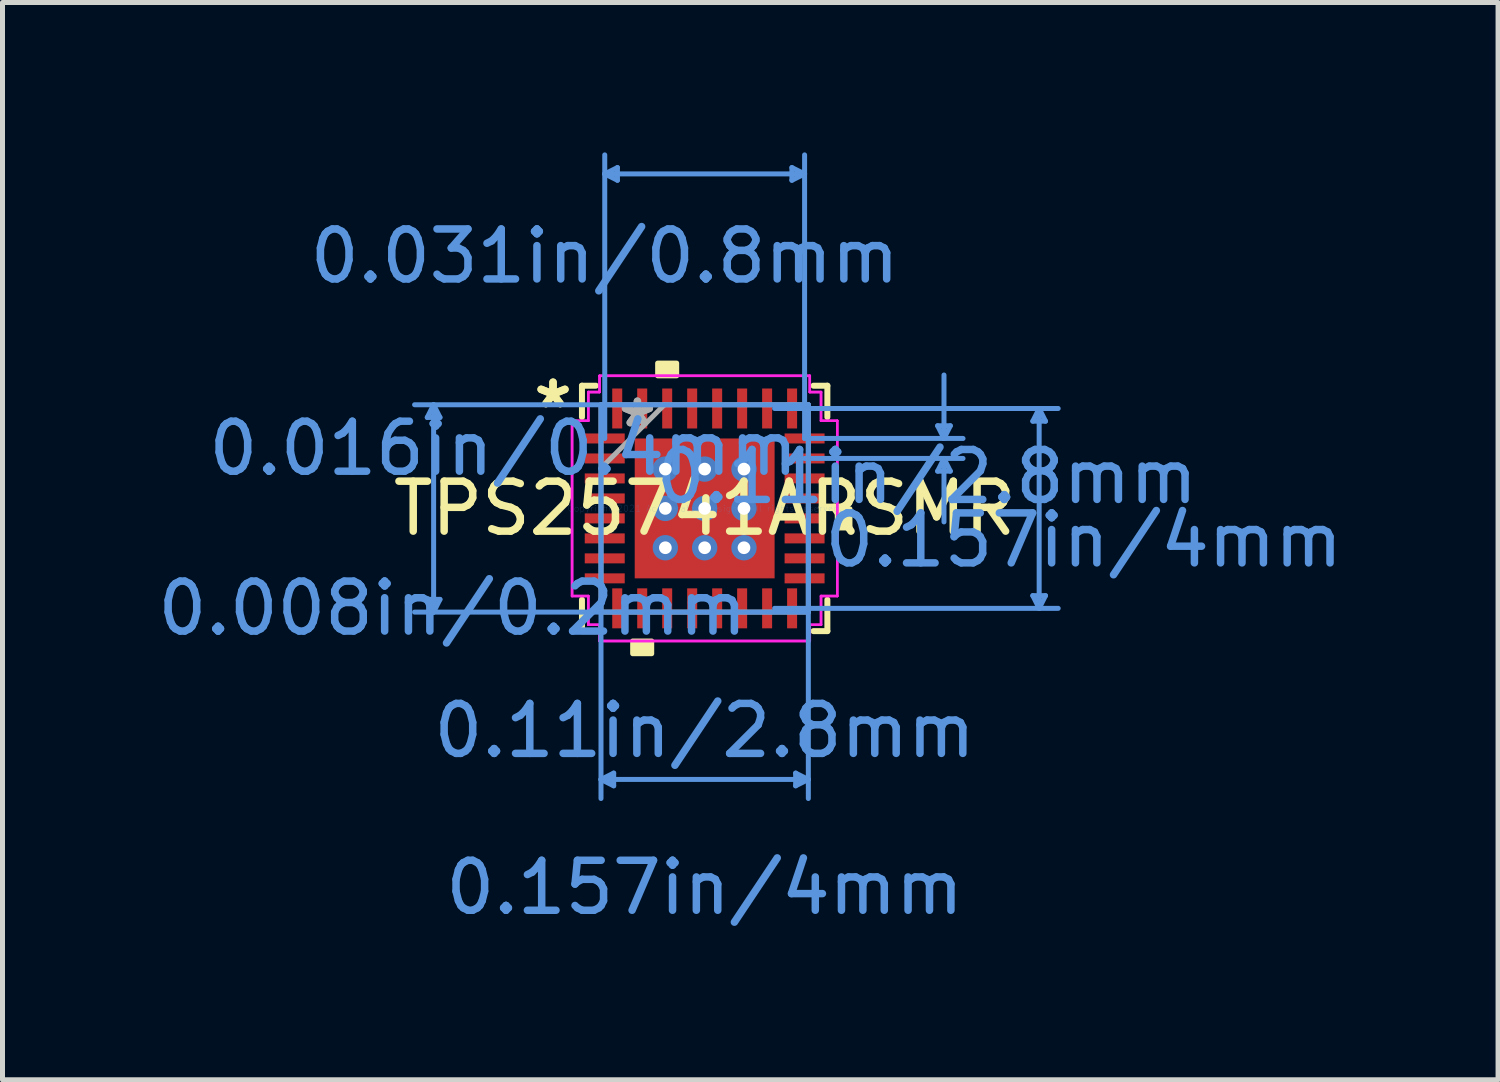
<source format=kicad_pcb>
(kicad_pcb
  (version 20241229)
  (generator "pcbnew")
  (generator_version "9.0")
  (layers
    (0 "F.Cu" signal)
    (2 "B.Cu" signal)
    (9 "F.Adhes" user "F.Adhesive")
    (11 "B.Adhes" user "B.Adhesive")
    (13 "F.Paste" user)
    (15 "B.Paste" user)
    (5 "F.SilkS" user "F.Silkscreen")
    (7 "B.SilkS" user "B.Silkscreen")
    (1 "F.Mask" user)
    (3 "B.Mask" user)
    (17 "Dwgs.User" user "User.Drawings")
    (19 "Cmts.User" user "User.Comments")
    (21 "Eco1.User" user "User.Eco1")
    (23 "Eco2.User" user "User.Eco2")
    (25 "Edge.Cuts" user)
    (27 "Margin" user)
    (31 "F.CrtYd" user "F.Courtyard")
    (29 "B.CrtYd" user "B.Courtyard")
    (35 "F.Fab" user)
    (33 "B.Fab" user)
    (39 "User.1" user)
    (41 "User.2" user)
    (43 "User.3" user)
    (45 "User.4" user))
  (footprint "TPS25741ARSMR"
    (layer "F.Cu")
    (at 11.054 7.126)
    (property "Reference" "TPS25741ARSMR" (at 0 0 0) (layer "F.SilkS") (effects (font (size 1 1) (thickness 0.15))))
    (attr through_hole)
    (fp_poly (pts (xy -1.464 -1.464) (xy -0.987 -1.464) (xy -0.987 1.464) (xy -1.464 1.464)) (stroke (width 0.1) (type solid)) (fill yes) (layer "F.Mask"))
    (fp_poly (pts (xy -1.464 -1.464) (xy 1.464 -1.464) (xy 1.464 -0.987) (xy -1.464 -0.987)) (stroke (width 0.1) (type solid)) (fill yes) (layer "F.Mask"))
    (fp_poly (pts (xy -1.464 -0.587) (xy 1.464 -0.587) (xy 1.464 -0.2) (xy -1.464 -0.2)) (stroke (width 0.1) (type solid)) (fill yes) (layer "F.Mask"))
    (fp_poly (pts (xy -1.464 0.2) (xy 1.464 0.2) (xy 1.464 0.587) (xy -1.464 0.587)) (stroke (width 0.1) (type solid)) (fill yes) (layer "F.Mask"))
    (fp_poly (pts (xy -1.464 0.987) (xy 1.464 0.987) (xy 1.464 1.464) (xy -1.464 1.464)) (stroke (width 0.1) (type solid)) (fill yes) (layer "F.Mask"))
    (fp_poly (pts (xy -0.2 -1.464) (xy -0.587 -1.464) (xy -0.587 1.464) (xy -0.2 1.464)) (stroke (width 0.1) (type solid)) (fill yes) (layer "F.Mask"))
    (fp_poly (pts (xy 0.587 -1.464) (xy 0.2 -1.464) (xy 0.2 1.464) (xy 0.587 1.464)) (stroke (width 0.1) (type solid)) (fill yes) (layer "F.Mask"))
    (fp_poly (pts (xy 0.987 -1.464) (xy 1.464 -1.464) (xy 1.464 1.464) (xy 0.987 1.464)) (stroke (width 0.1) (type solid)) (fill yes) (layer "F.Mask"))
    (fp_line (start -2.456 -2.456) (end -2.456 -1.828) (stroke (width 0.12) (type solid)) (layer "F.SilkS"))
    (fp_line (start -2.456 1.828) (end -2.456 2.456) (stroke (width 0.12) (type solid)) (layer "F.SilkS"))
    (fp_line (start -2.456 2.456) (end -2.178 2.456) (stroke (width 0.12) (type solid)) (layer "F.SilkS"))
    (fp_line (start -2.178 -2.456) (end -2.456 -2.456) (stroke (width 0.12) (type solid)) (layer "F.SilkS"))
    (fp_line (start 2.178 2.456) (end 2.456 2.456) (stroke (width 0.12) (type solid)) (layer "F.SilkS"))
    (fp_line (start 2.456 -2.456) (end 2.178 -2.456) (stroke (width 0.12) (type solid)) (layer "F.SilkS"))
    (fp_line (start 2.456 -1.828) (end 2.456 -2.456) (stroke (width 0.12) (type solid)) (layer "F.SilkS"))
    (fp_line (start 2.456 2.456) (end 2.456 1.828) (stroke (width 0.12) (type solid)) (layer "F.SilkS"))
    (fp_poly (pts (xy -1.441 2.654) (xy -1.441 2.908) (xy -1.06 2.908) (xy -1.06 2.654)) (stroke (width 0.1) (type solid)) (fill yes) (layer "F.SilkS"))
    (fp_poly (pts (xy -0.941 -2.654) (xy -0.941 -2.908) (xy -0.56 -2.908) (xy -0.56 -2.654)) (stroke (width 0.1) (type solid)) (fill yes) (layer "F.SilkS"))
    (fp_poly (pts (xy 2.908 0.009) (xy 2.908 0.391) (xy 2.654 0.391) (xy 2.654 0.009)) (stroke (width 0.1) (type solid)) (fill yes) (layer "F.SilkS"))
    (fp_poly (pts (xy -1.325 -1.325) (xy -1.325 -0.887) (xy -1.029 -0.887) (xy -0.887 -1.029) (xy -0.887 -1.325)) (stroke (width 0.1) (type solid)) (fill yes) (layer "F.Paste"))
    (fp_poly (pts (xy -1.325 0.887) (xy -1.325 1.325) (xy -0.887 1.325) (xy -0.887 1.029) (xy -1.029 0.887)) (stroke (width 0.1) (type solid)) (fill yes) (layer "F.Paste"))
    (fp_poly (pts (xy 0.887 -1.325) (xy 0.887 -1.029) (xy 1.029 -0.887) (xy 1.325 -0.887) (xy 1.325 -1.325)) (stroke (width 0.1) (type solid)) (fill yes) (layer "F.Paste"))
    (fp_poly (pts (xy 1.029 0.887) (xy 0.887 1.029) (xy 0.887 1.325) (xy 1.325 1.325) (xy 1.325 0.887)) (stroke (width 0.1) (type solid)) (fill yes) (layer "F.Paste"))
    (fp_poly (pts (xy -1.325 -0.687) (xy -1.325 -0.1) (xy -1.029 -0.1) (xy -0.887 -0.241) (xy -0.887 -0.546) (xy -1.029 -0.687)) (stroke (width 0.1) (type solid)) (fill yes) (layer "F.Paste"))
    (fp_poly (pts (xy -1.325 0.1) (xy -1.325 0.687) (xy -1.029 0.687) (xy -0.887 0.546) (xy -0.887 0.241) (xy -1.029 0.1)) (stroke (width 0.1) (type solid)) (fill yes) (layer "F.Paste"))
    (fp_poly (pts (xy -0.687 -1.325) (xy -0.687 -1.029) (xy -0.546 -0.887) (xy -0.241 -0.887) (xy -0.1 -1.029) (xy -0.1 -1.325)) (stroke (width 0.1) (type solid)) (fill yes) (layer "F.Paste"))
    (fp_poly (pts (xy -0.546 0.887) (xy -0.687 1.029) (xy -0.687 1.325) (xy -0.1 1.325) (xy -0.1 1.029) (xy -0.241 0.887)) (stroke (width 0.1) (type solid)) (fill yes) (layer "F.Paste"))
    (fp_poly (pts (xy 0.1 -1.325) (xy 0.1 -1.029) (xy 0.241 -0.887) (xy 0.546 -0.887) (xy 0.687 -1.029) (xy 0.687 -1.325)) (stroke (width 0.1) (type solid)) (fill yes) (layer "F.Paste"))
    (fp_poly (pts (xy 0.241 0.887) (xy 0.1 1.029) (xy 0.1 1.325) (xy 0.687 1.325) (xy 0.687 1.029) (xy 0.546 0.887)) (stroke (width 0.1) (type solid)) (fill yes) (layer "F.Paste"))
    (fp_poly (pts (xy 1.029 -0.687) (xy 0.887 -0.546) (xy 0.887 -0.241) (xy 1.029 -0.1) (xy 1.325 -0.1) (xy 1.325 -0.687)) (stroke (width 0.1) (type solid)) (fill yes) (layer "F.Paste"))
    (fp_poly (pts (xy 1.029 0.1) (xy 0.887 0.241) (xy 0.887 0.546) (xy 1.029 0.687) (xy 1.325 0.687) (xy 1.325 0.1)) (stroke (width 0.1) (type solid)) (fill yes) (layer "F.Paste"))
    (fp_poly (pts (xy -0.546 -0.687) (xy -0.687 -0.546) (xy -0.687 -0.241) (xy -0.546 -0.1) (xy -0.241 -0.1) (xy -0.1 -0.241) (xy -0.1 -0.546) (xy -0.241 -0.687)) (stroke (width 0.1) (type solid)) (fill yes) (layer "F.Paste"))
    (fp_poly (pts (xy -0.546 0.1) (xy -0.687 0.241) (xy -0.687 0.546) (xy -0.546 0.687) (xy -0.241 0.687) (xy -0.1 0.546) (xy -0.1 0.241) (xy -0.241 0.1)) (stroke (width 0.1) (type solid)) (fill yes) (layer "F.Paste"))
    (fp_poly (pts (xy 0.241 -0.687) (xy 0.1 -0.546) (xy 0.1 -0.241) (xy 0.241 -0.1) (xy 0.546 -0.1) (xy 0.687 -0.241) (xy 0.687 -0.546) (xy 0.546 -0.687)) (stroke (width 0.1) (type solid)) (fill yes) (layer "F.Paste"))
    (fp_poly (pts (xy 0.241 0.1) (xy 0.1 0.241) (xy 0.1 0.546) (xy 0.241 0.687) (xy 0.546 0.687) (xy 0.687 0.546) (xy 0.687 0.241) (xy 0.546 0.1)) (stroke (width 0.1) (type solid)) (fill yes) (layer "F.Paste"))
    (fp_line (start -5.552 -1.821) (end -5.298 -1.821) (stroke (width 0.1) (type solid)) (layer "Cmts.User"))
    (fp_line (start -5.552 1.821) (end -5.298 1.821) (stroke (width 0.1) (type solid)) (layer "Cmts.User"))
    (fp_line (start -5.425 -2.075) (end -5.552 -1.821) (stroke (width 0.1) (type solid)) (layer "Cmts.User"))
    (fp_line (start -5.425 -2.075) (end -5.425 2.075) (stroke (width 0.1) (type solid)) (layer "Cmts.User"))
    (fp_line (start -5.425 -2.075) (end -5.298 -1.821) (stroke (width 0.1) (type solid)) (layer "Cmts.User"))
    (fp_line (start -5.425 2.075) (end -5.552 1.821) (stroke (width 0.1) (type solid)) (layer "Cmts.User"))
    (fp_line (start -5.425 2.075) (end -5.298 1.821) (stroke (width 0.1) (type solid)) (layer "Cmts.User"))
    (fp_line (start -2.075 -2.075) (end -2.075 5.806) (stroke (width 0.1) (type solid)) (layer "Cmts.User"))
    (fp_line (start -2.075 5.425) (end -1.821 5.298) (stroke (width 0.1) (type solid)) (layer "Cmts.User"))
    (fp_line (start -2.075 5.425) (end -1.821 5.552) (stroke (width 0.1) (type solid)) (layer "Cmts.User"))
    (fp_line (start -2.075 5.425) (end 2.075 5.425) (stroke (width 0.1) (type solid)) (layer "Cmts.User"))
    (fp_line (start -2 -6.695) (end -1.746 -6.822) (stroke (width 0.1) (type solid)) (layer "Cmts.User"))
    (fp_line (start -2 -6.695) (end -1.746 -6.568) (stroke (width 0.1) (type solid)) (layer "Cmts.User"))
    (fp_line (start -2 -6.695) (end 2 -6.695) (stroke (width 0.1) (type solid)) (layer "Cmts.User"))
    (fp_line (start -2 -1.4) (end -2 -7.076) (stroke (width 0.1) (type solid)) (layer "Cmts.User"))
    (fp_line (start -1.821 5.298) (end -1.821 5.552) (stroke (width 0.1) (type solid)) (layer "Cmts.User"))
    (fp_line (start -1.746 -6.822) (end -1.746 -6.568) (stroke (width 0.1) (type solid)) (layer "Cmts.User"))
    (fp_line (start 1.4 -2) (end 7.076 -2) (stroke (width 0.1) (type solid)) (layer "Cmts.User"))
    (fp_line (start 1.4 2) (end 7.076 2) (stroke (width 0.1) (type solid)) (layer "Cmts.User"))
    (fp_line (start 1.746 -6.822) (end 1.746 -6.568) (stroke (width 0.1) (type solid)) (layer "Cmts.User"))
    (fp_line (start 1.821 5.298) (end 1.821 5.552) (stroke (width 0.1) (type solid)) (layer "Cmts.User"))
    (fp_line (start 2 -6.695) (end 1.746 -6.822) (stroke (width 0.1) (type solid)) (layer "Cmts.User"))
    (fp_line (start 2 -6.695) (end 1.746 -6.568) (stroke (width 0.1) (type solid)) (layer "Cmts.User"))
    (fp_line (start 2 -1.4) (end 2 -7.076) (stroke (width 0.1) (type solid)) (layer "Cmts.User"))
    (fp_line (start 2 -1.4) (end 5.171 -1.4) (stroke (width 0.1) (type solid)) (layer "Cmts.User"))
    (fp_line (start 2 -1) (end 5.171 -1) (stroke (width 0.1) (type solid)) (layer "Cmts.User"))
    (fp_line (start 2.075 -2.075) (end -5.806 -2.075) (stroke (width 0.1) (type solid)) (layer "Cmts.User"))
    (fp_line (start 2.075 -2.075) (end 2.075 5.806) (stroke (width 0.1) (type solid)) (layer "Cmts.User"))
    (fp_line (start 2.075 2.075) (end -5.806 2.075) (stroke (width 0.1) (type solid)) (layer "Cmts.User"))
    (fp_line (start 2.075 5.425) (end 1.821 5.298) (stroke (width 0.1) (type solid)) (layer "Cmts.User"))
    (fp_line (start 2.075 5.425) (end 1.821 5.552) (stroke (width 0.1) (type solid)) (layer "Cmts.User"))
    (fp_line (start 4.663 -1.654) (end 4.917 -1.654) (stroke (width 0.1) (type solid)) (layer "Cmts.User"))
    (fp_line (start 4.663 -0.746) (end 4.917 -0.746) (stroke (width 0.1) (type solid)) (layer "Cmts.User"))
    (fp_line (start 4.79 -1.4) (end 4.663 -1.654) (stroke (width 0.1) (type solid)) (layer "Cmts.User"))
    (fp_line (start 4.79 -1.4) (end 4.79 -2.67) (stroke (width 0.1) (type solid)) (layer "Cmts.User"))
    (fp_line (start 4.79 -1.4) (end 4.917 -1.654) (stroke (width 0.1) (type solid)) (layer "Cmts.User"))
    (fp_line (start 4.79 -1) (end 4.663 -0.746) (stroke (width 0.1) (type solid)) (layer "Cmts.User"))
    (fp_line (start 4.79 -1) (end 4.79 0.27) (stroke (width 0.1) (type solid)) (layer "Cmts.User"))
    (fp_line (start 4.79 -1) (end 4.917 -0.746) (stroke (width 0.1) (type solid)) (layer "Cmts.User"))
    (fp_line (start 6.568 -1.746) (end 6.822 -1.746) (stroke (width 0.1) (type solid)) (layer "Cmts.User"))
    (fp_line (start 6.568 1.746) (end 6.822 1.746) (stroke (width 0.1) (type solid)) (layer "Cmts.User"))
    (fp_line (start 6.695 -2) (end 6.568 -1.746) (stroke (width 0.1) (type solid)) (layer "Cmts.User"))
    (fp_line (start 6.695 -2) (end 6.695 2) (stroke (width 0.1) (type solid)) (layer "Cmts.User"))
    (fp_line (start 6.695 -2) (end 6.822 -1.746) (stroke (width 0.1) (type solid)) (layer "Cmts.User"))
    (fp_line (start 6.695 2) (end 6.568 1.746) (stroke (width 0.1) (type solid)) (layer "Cmts.User"))
    (fp_line (start 6.695 2) (end 6.822 1.746) (stroke (width 0.1) (type solid)) (layer "Cmts.User"))
    (fp_line (start -2.654 -1.754) (end -2.329 -1.754) (stroke (width 0.05) (type solid)) (layer "F.CrtYd"))
    (fp_line (start -2.654 -1.754) (end -2.329 -1.754) (stroke (width 0.05) (type solid)) (layer "F.CrtYd"))
    (fp_line (start -2.654 1.754) (end -2.654 -1.754) (stroke (width 0.05) (type solid)) (layer "F.CrtYd"))
    (fp_line (start -2.654 1.754) (end -2.654 -1.754) (stroke (width 0.05) (type solid)) (layer "F.CrtYd"))
    (fp_line (start -2.329 -2.329) (end -2.104 -2.329) (stroke (width 0.05) (type solid)) (layer "F.CrtYd"))
    (fp_line (start -2.329 -2.329) (end -2.104 -2.329) (stroke (width 0.05) (type solid)) (layer "F.CrtYd"))
    (fp_line (start -2.329 -1.754) (end -2.329 -2.329) (stroke (width 0.05) (type solid)) (layer "F.CrtYd"))
    (fp_line (start -2.329 -1.754) (end -2.329 -2.329) (stroke (width 0.05) (type solid)) (layer "F.CrtYd"))
    (fp_line (start -2.329 1.754) (end -2.654 1.754) (stroke (width 0.05) (type solid)) (layer "F.CrtYd"))
    (fp_line (start -2.329 1.754) (end -2.654 1.754) (stroke (width 0.05) (type solid)) (layer "F.CrtYd"))
    (fp_line (start -2.329 2.329) (end -2.329 1.754) (stroke (width 0.05) (type solid)) (layer "F.CrtYd"))
    (fp_line (start -2.329 2.329) (end -2.329 1.754) (stroke (width 0.05) (type solid)) (layer "F.CrtYd"))
    (fp_line (start -2.104 -2.654) (end 2.104 -2.654) (stroke (width 0.05) (type solid)) (layer "F.CrtYd"))
    (fp_line (start -2.104 -2.654) (end 2.104 -2.654) (stroke (width 0.05) (type solid)) (layer "F.CrtYd"))
    (fp_line (start -2.104 -2.329) (end -2.104 -2.654) (stroke (width 0.05) (type solid)) (layer "F.CrtYd"))
    (fp_line (start -2.104 -2.329) (end -2.104 -2.654) (stroke (width 0.05) (type solid)) (layer "F.CrtYd"))
    (fp_line (start -2.104 2.329) (end -2.329 2.329) (stroke (width 0.05) (type solid)) (layer "F.CrtYd"))
    (fp_line (start -2.104 2.329) (end -2.329 2.329) (stroke (width 0.05) (type solid)) (layer "F.CrtYd"))
    (fp_line (start -2.104 2.654) (end -2.104 2.329) (stroke (width 0.05) (type solid)) (layer "F.CrtYd"))
    (fp_line (start -2.104 2.654) (end -2.104 2.329) (stroke (width 0.05) (type solid)) (layer "F.CrtYd"))
    (fp_line (start 2.104 -2.654) (end 2.104 -2.329) (stroke (width 0.05) (type solid)) (layer "F.CrtYd"))
    (fp_line (start 2.104 -2.654) (end 2.104 -2.329) (stroke (width 0.05) (type solid)) (layer "F.CrtYd"))
    (fp_line (start 2.104 -2.329) (end 2.329 -2.329) (stroke (width 0.05) (type solid)) (layer "F.CrtYd"))
    (fp_line (start 2.104 -2.329) (end 2.329 -2.329) (stroke (width 0.05) (type solid)) (layer "F.CrtYd"))
    (fp_line (start 2.104 2.329) (end 2.104 2.654) (stroke (width 0.05) (type solid)) (layer "F.CrtYd"))
    (fp_line (start 2.104 2.329) (end 2.104 2.654) (stroke (width 0.05) (type solid)) (layer "F.CrtYd"))
    (fp_line (start 2.104 2.654) (end -2.104 2.654) (stroke (width 0.05) (type solid)) (layer "F.CrtYd"))
    (fp_line (start 2.104 2.654) (end -2.104 2.654) (stroke (width 0.05) (type solid)) (layer "F.CrtYd"))
    (fp_line (start 2.329 -2.329) (end 2.329 -1.754) (stroke (width 0.05) (type solid)) (layer "F.CrtYd"))
    (fp_line (start 2.329 -2.329) (end 2.329 -1.754) (stroke (width 0.05) (type solid)) (layer "F.CrtYd"))
    (fp_line (start 2.329 -1.754) (end 2.654 -1.754) (stroke (width 0.05) (type solid)) (layer "F.CrtYd"))
    (fp_line (start 2.329 -1.754) (end 2.654 -1.754) (stroke (width 0.05) (type solid)) (layer "F.CrtYd"))
    (fp_line (start 2.329 1.754) (end 2.329 2.329) (stroke (width 0.05) (type solid)) (layer "F.CrtYd"))
    (fp_line (start 2.329 1.754) (end 2.329 2.329) (stroke (width 0.05) (type solid)) (layer "F.CrtYd"))
    (fp_line (start 2.329 2.329) (end 2.104 2.329) (stroke (width 0.05) (type solid)) (layer "F.CrtYd"))
    (fp_line (start 2.329 2.329) (end 2.104 2.329) (stroke (width 0.05) (type solid)) (layer "F.CrtYd"))
    (fp_line (start 2.654 -1.754) (end 2.654 1.754) (stroke (width 0.05) (type solid)) (layer "F.CrtYd"))
    (fp_line (start 2.654 -1.754) (end 2.654 1.754) (stroke (width 0.05) (type solid)) (layer "F.CrtYd"))
    (fp_line (start 2.654 1.754) (end 2.329 1.754) (stroke (width 0.05) (type solid)) (layer "F.CrtYd"))
    (fp_line (start 2.654 1.754) (end 2.329 1.754) (stroke (width 0.05) (type solid)) (layer "F.CrtYd"))
    (fp_line (start -2.075 -2.075) (end -2.075 2.075) (stroke (width 0.1) (type solid)) (layer "F.Fab"))
    (fp_line (start -2.075 -0.805) (end -0.805 -2.075) (stroke (width 0.1) (type solid)) (layer "F.Fab"))
    (fp_line (start -2.075 2.075) (end 2.075 2.075) (stroke (width 0.1) (type solid)) (layer "F.Fab"))
    (fp_line (start 2.075 -2.075) (end -2.075 -2.075) (stroke (width 0.1) (type solid)) (layer "F.Fab"))
    (fp_line (start 2.075 2.075) (end 2.075 -2.075) (stroke (width 0.1) (type solid)) (layer "F.Fab"))
    (fp_text user "*" (at -3.035 -1.981 0) (layer "F.SilkS") (effects (font (size 1 1) (thickness 0.15))))
    (fp_text user "*" (at -3.035 -1.981 0) (layer "F.SilkS") (effects (font (size 1 1) (thickness 0.15))))
    (fp_text user "0.008in/0.2mm" (at -5.048 2 0) (layer "Cmts.User") (effects (font (size 1 1) (thickness 0.15))))
    (fp_text user "0.11in/2.8mm" (at 0 4.448 0) (layer "Cmts.User") (effects (font (size 1 1) (thickness 0.15))))
    (fp_text user "0.11in/2.8mm" (at 4.448 -0.635 0) (layer "Cmts.User") (effects (font (size 1 1) (thickness 0.15))))
    (fp_text user "0.016in/0.4mm" (at -4.028 -1.2 0) (layer "Cmts.User") (effects (font (size 1 1) (thickness 0.15))))
    (fp_text user "0.157in/4mm" (at 7.588 0.635 0) (layer "Cmts.User") (effects (font (size 1 1) (thickness 0.15))))
    (fp_text user "0.031in/0.8mm" (at -2 -5.048 0) (layer "Cmts.User") (effects (font (size 1 1) (thickness 0.15))))
    (fp_text user "0.157in/4mm" (at 0 7.588 0) (layer "Cmts.User") (effects (font (size 1 1) (thickness 0.15))))
    (fp_text user "Copyright 2021 Accelerated Designs. All rights reserved." (at 0 0 0) (layer "Cmts.User") (effects (font (size 0.127 0.127) (thickness 0.002))))
    (fp_text user "*" (at -1.346 -1.6 0) (layer "F.Fab") (effects (font (size 1 1) (thickness 0.15))))
    (fp_text user "*" (at -1.346 -1.6 0) (layer "F.Fab") (effects (font (size 1 1) (thickness 0.15))))
    (pad "1" smd rect (at -2 -1.4 90) (size 0.2 0.8) (layers "F.Cu" "F.Mask" "F.Paste"))
    (pad "2" smd rect (at -2 -1 90) (size 0.2 0.8) (layers "F.Cu" "F.Mask" "F.Paste"))
    (pad "3" smd rect (at -2 -0.6 90) (size 0.2 0.8) (layers "F.Cu" "F.Mask" "F.Paste"))
    (pad "4" smd rect (at -2 -0.2 90) (size 0.2 0.8) (layers "F.Cu" "F.Mask" "F.Paste"))
    (pad "5" smd rect (at -2 0.2 90) (size 0.2 0.8) (layers "F.Cu" "F.Mask" "F.Paste"))
    (pad "6" smd rect (at -2 0.6 90) (size 0.2 0.8) (layers "F.Cu" "F.Mask" "F.Paste"))
    (pad "7" smd rect (at -2 1 90) (size 0.2 0.8) (layers "F.Cu" "F.Mask" "F.Paste"))
    (pad "8" smd rect (at -2 1.4 90) (size 0.2 0.8) (layers "F.Cu" "F.Mask" "F.Paste"))
    (pad "9" smd rect (at -1.75 2) (size 0.2 0.8) (layers "F.Cu" "F.Mask" "F.Paste"))
    (pad "10" smd rect (at -1.25 2) (size 0.2 0.8) (layers "F.Cu" "F.Mask" "F.Paste"))
    (pad "11" smd rect (at -0.75 2) (size 0.2 0.8) (layers "F.Cu" "F.Mask" "F.Paste"))
    (pad "12" smd rect (at -0.25 2) (size 0.2 0.8) (layers "F.Cu" "F.Mask" "F.Paste"))
    (pad "13" smd rect (at 0.25 2) (size 0.2 0.8) (layers "F.Cu" "F.Mask" "F.Paste"))
    (pad "14" smd rect (at 0.75 2) (size 0.2 0.8) (layers "F.Cu" "F.Mask" "F.Paste"))
    (pad "15" smd rect (at 1.25 2) (size 0.2 0.8) (layers "F.Cu" "F.Mask" "F.Paste"))
    (pad "16" smd rect (at 1.75 2) (size 0.2 0.8) (layers "F.Cu" "F.Mask" "F.Paste"))
    (pad "17" smd rect (at 2 1.4 90) (size 0.2 0.8) (layers "F.Cu" "F.Mask" "F.Paste"))
    (pad "18" smd rect (at 2 1 90) (size 0.2 0.8) (layers "F.Cu" "F.Mask" "F.Paste"))
    (pad "19" smd rect (at 2 0.6 90) (size 0.2 0.8) (layers "F.Cu" "F.Mask" "F.Paste"))
    (pad "20" smd rect (at 2 0.2 90) (size 0.2 0.8) (layers "F.Cu" "F.Mask" "F.Paste"))
    (pad "21" smd rect (at 2 -0.2 90) (size 0.2 0.8) (layers "F.Cu" "F.Mask" "F.Paste"))
    (pad "22" smd rect (at 2 -0.6 90) (size 0.2 0.8) (layers "F.Cu" "F.Mask" "F.Paste"))
    (pad "23" smd rect (at 2 -1 90) (size 0.2 0.8) (layers "F.Cu" "F.Mask" "F.Paste"))
    (pad "24" smd rect (at 2 -1.4 90) (size 0.2 0.8) (layers "F.Cu" "F.Mask" "F.Paste"))
    (pad "25" smd rect (at 1.75 -2) (size 0.2 0.8) (layers "F.Cu" "F.Mask" "F.Paste"))
    (pad "26" smd rect (at 1.25 -2) (size 0.2 0.8) (layers "F.Cu" "F.Mask" "F.Paste"))
    (pad "27" smd rect (at 0.75 -2) (size 0.2 0.8) (layers "F.Cu" "F.Mask" "F.Paste"))
    (pad "28" smd rect (at 0.25 -2) (size 0.2 0.8) (layers "F.Cu" "F.Mask" "F.Paste"))
    (pad "29" smd rect (at -0.25 -2) (size 0.2 0.8) (layers "F.Cu" "F.Mask" "F.Paste"))
    (pad "30" smd rect (at -0.75 -2) (size 0.2 0.8) (layers "F.Cu" "F.Mask" "F.Paste"))
    (pad "31" smd rect (at -1.25 -2) (size 0.2 0.8) (layers "F.Cu" "F.Mask" "F.Paste"))
    (pad "32" smd rect (at -1.75 -2) (size 0.2 0.8) (layers "F.Cu" "F.Mask" "F.Paste"))
    (pad "33" smd rect (at 0 0) (size 2.8 2.8) (layers "F.Cu"))
    (pad "V" thru_hole circle (at -0.787 -0.787) (size 0.508 0.508) (drill 0.254) (layers "*.Cu" "*.Mask"))
    (pad "V" thru_hole circle (at -0.787 0) (size 0.508 0.508) (drill 0.254) (layers "*.Cu" "*.Mask"))
    (pad "V" thru_hole circle (at -0.787 0.787) (size 0.508 0.508) (drill 0.254) (layers "*.Cu" "*.Mask"))
    (pad "V" thru_hole circle (at 0 -0.787) (size 0.508 0.508) (drill 0.254) (layers "*.Cu" "*.Mask"))
    (pad "V" thru_hole circle (at 0 0) (size 0.508 0.508) (drill 0.254) (layers "*.Cu" "*.Mask"))
    (pad "V" thru_hole circle (at 0 0.787) (size 0.508 0.508) (drill 0.254) (layers "*.Cu" "*.Mask"))
    (pad "V" thru_hole circle (at 0.787 -0.787) (size 0.508 0.508) (drill 0.254) (layers "*.Cu" "*.Mask"))
    (pad "V" thru_hole circle (at 0.787 0) (size 0.508 0.508) (drill 0.254) (layers "*.Cu" "*.Mask"))
    (pad "V" thru_hole circle (at 0.787 0.787) (size 0.508 0.508) (drill 0.254) (layers "*.Cu" "*.Mask")))
  (gr_rect
    (start -3 -3)
    (end 26.934 18.562)
    (stroke (width 0.1) (type default))
    (fill no)
    (layer "Edge.Cuts")))
</source>
